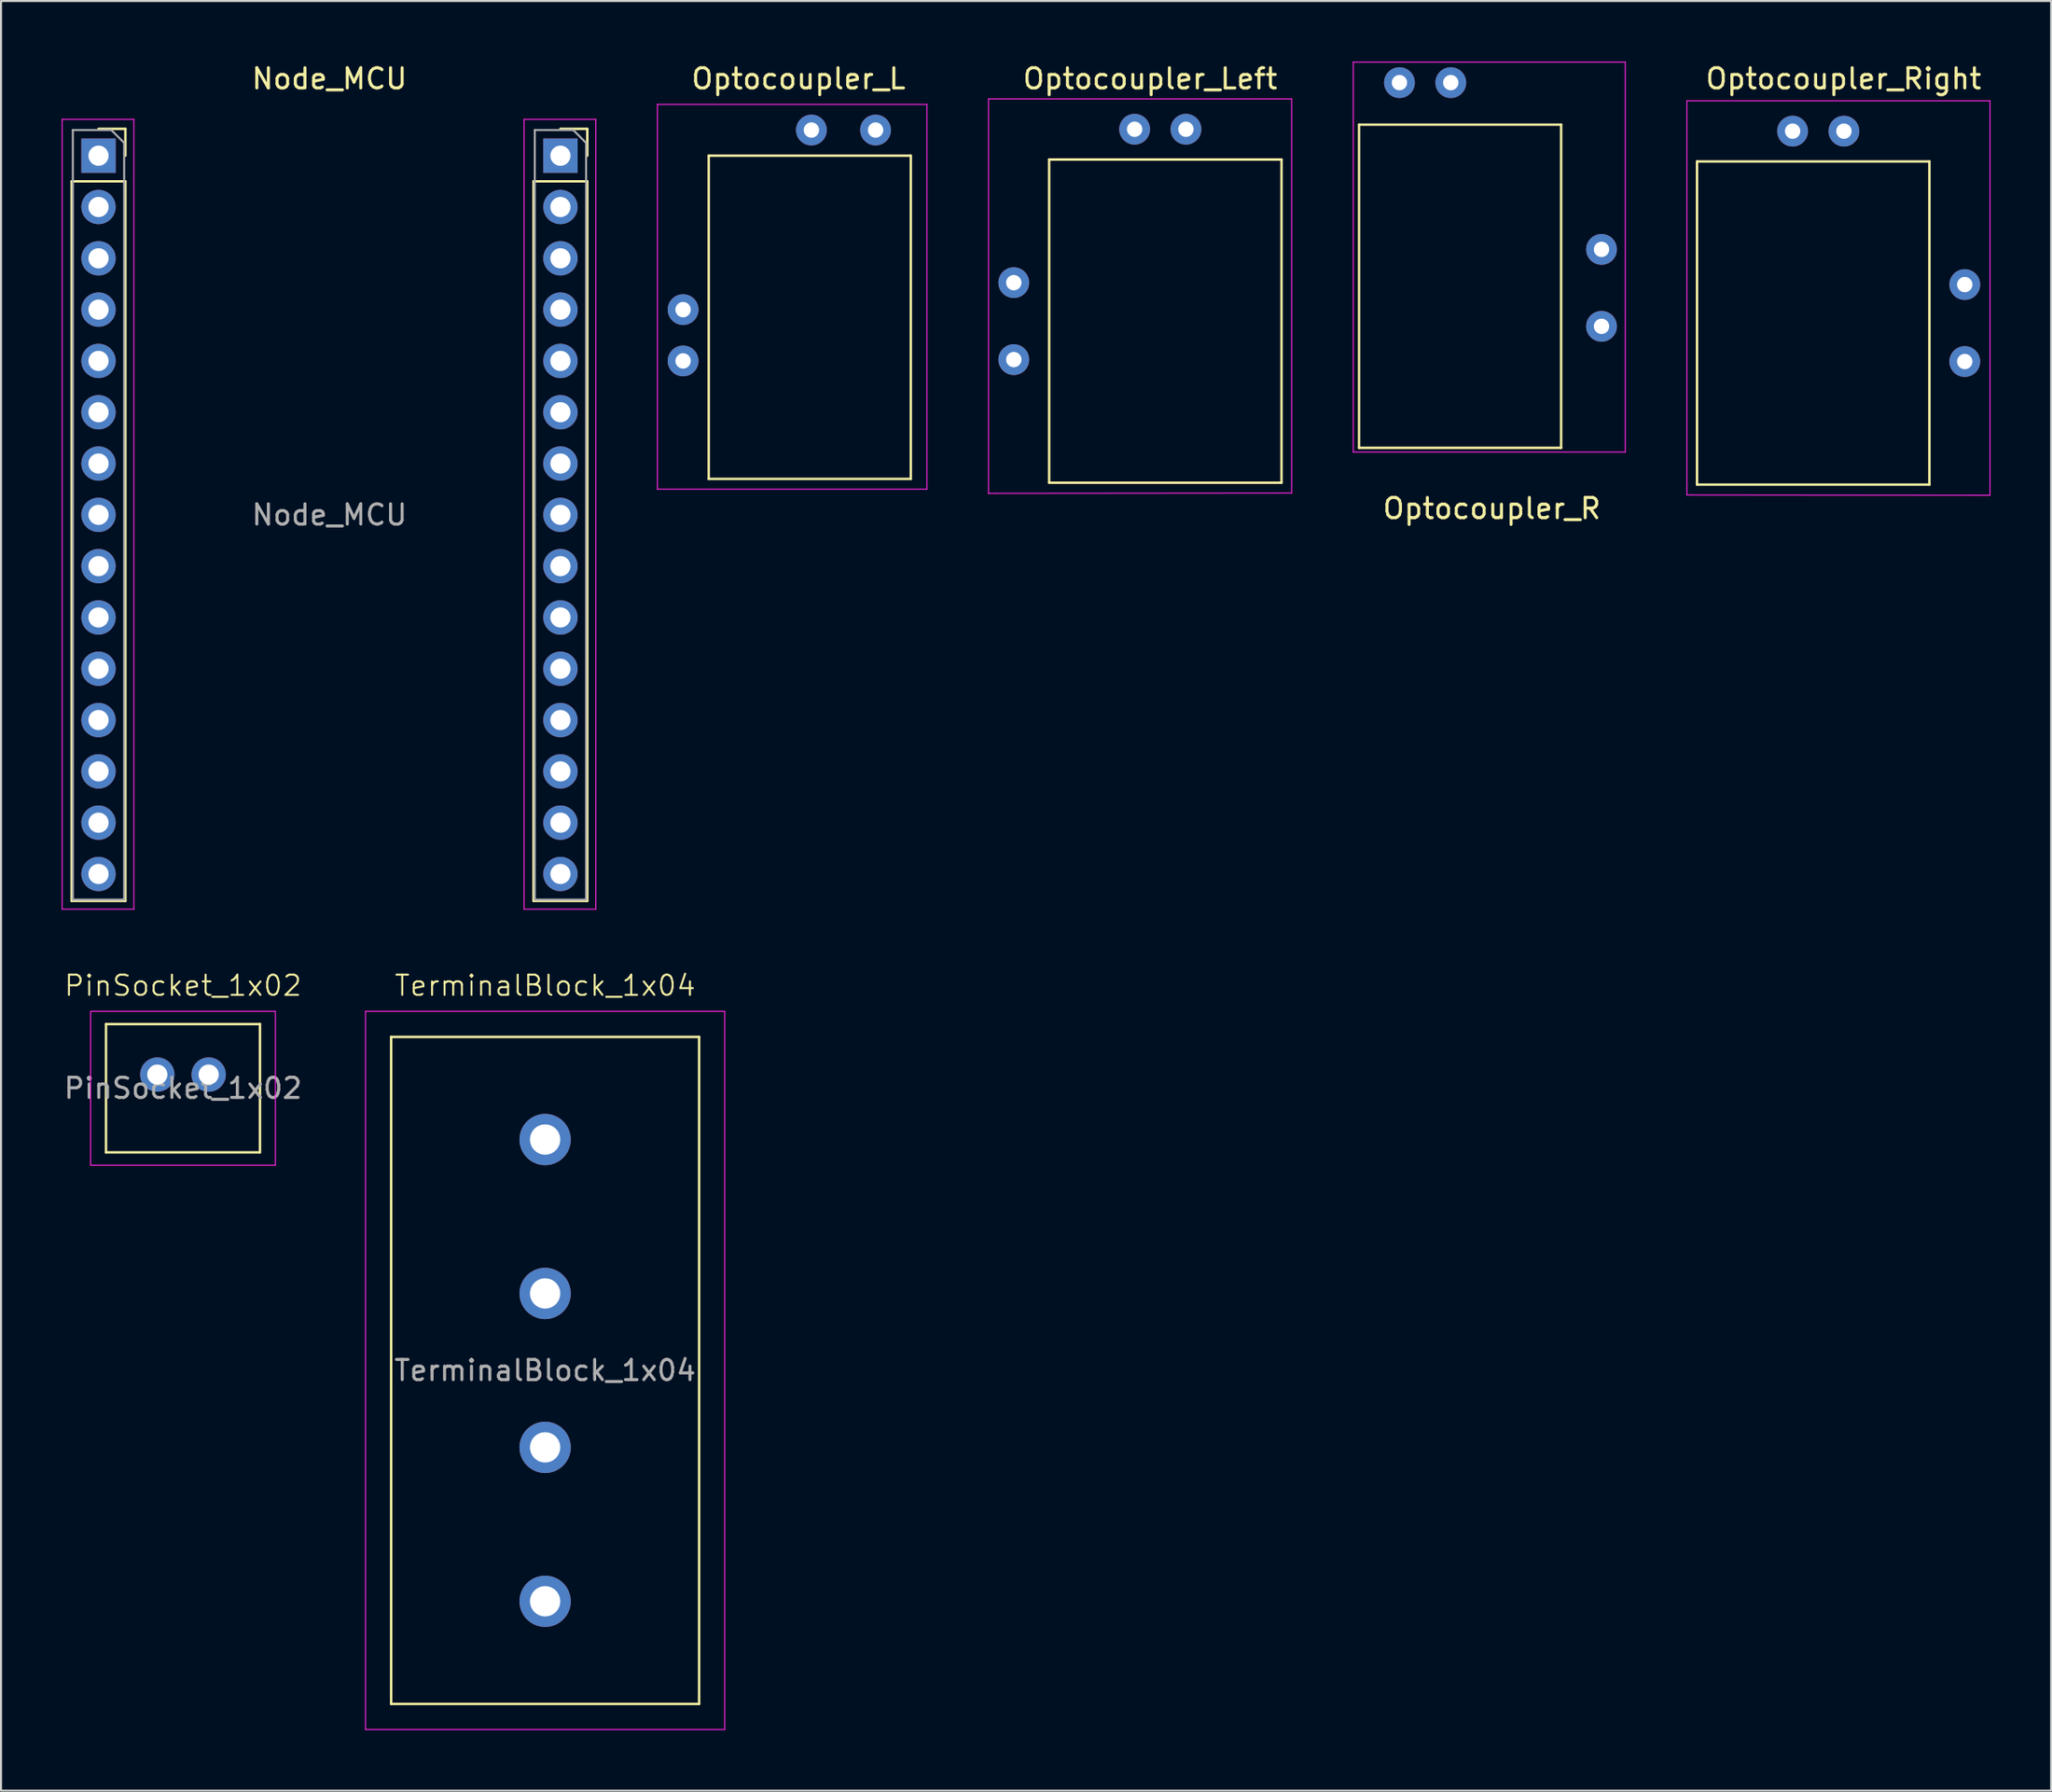
<source format=kicad_pcb>
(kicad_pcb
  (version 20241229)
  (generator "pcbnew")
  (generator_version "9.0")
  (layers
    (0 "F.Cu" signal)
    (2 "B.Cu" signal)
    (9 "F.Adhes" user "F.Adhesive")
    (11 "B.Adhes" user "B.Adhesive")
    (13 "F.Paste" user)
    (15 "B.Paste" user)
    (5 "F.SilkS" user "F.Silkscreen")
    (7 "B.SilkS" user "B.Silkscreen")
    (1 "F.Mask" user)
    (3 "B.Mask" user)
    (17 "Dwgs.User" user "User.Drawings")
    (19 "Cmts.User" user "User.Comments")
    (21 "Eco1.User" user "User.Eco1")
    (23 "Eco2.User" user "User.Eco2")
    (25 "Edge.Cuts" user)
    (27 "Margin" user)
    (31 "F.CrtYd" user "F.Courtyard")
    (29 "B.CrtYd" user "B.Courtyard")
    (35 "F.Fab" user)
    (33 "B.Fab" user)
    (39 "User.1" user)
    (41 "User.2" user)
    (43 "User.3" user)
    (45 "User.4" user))
  (footprint "PinSocket_1x02"
    (layer "F.Cu")
    (at 4.736 50.149)
    (property "Reference" "PinSocket_1x02" (at 1.27 -4.405 0) (unlocked yes) (layer "F.SilkS") (effects (font (size 1 1) (thickness 0.1))))
    (attr through_hole)
    (fp_line (start -2.54 3.85) (end -2.54 -2.5) (stroke (width 0.12) (type solid)) (layer "F.SilkS"))
    (fp_line (start 5.08 -2.5) (end -2.54 -2.5) (stroke (width 0.12) (type solid)) (layer "F.SilkS"))
    (fp_line (start 5.08 -2.5) (end 5.08 3.85) (stroke (width 0.12) (type solid)) (layer "F.SilkS"))
    (fp_line (start 5.08 3.85) (end -2.54 3.85) (stroke (width 0.12) (type solid)) (layer "F.SilkS"))
    (fp_line (start -3.302 -3.135) (end -3.302 4.485) (stroke (width 0.05) (type solid)) (layer "F.CrtYd"))
    (fp_line (start -3.302 -3.135) (end 5.842 -3.135) (stroke (width 0.05) (type solid)) (layer "F.CrtYd"))
    (fp_line (start 5.842 -3.135) (end 5.842 4.485) (stroke (width 0.05) (type solid)) (layer "F.CrtYd"))
    (fp_line (start 5.842 4.485) (end -3.302 4.485) (stroke (width 0.05) (type solid)) (layer "F.CrtYd"))
    (fp_text user "${REFERENCE}" (at 1.27 0.675 0) (unlocked yes) (layer "F.Fab") (effects (font (size 1 1) (thickness 0.15))))
    (pad "1" thru_hole circle (at 0 0) (size 1.7 1.7) (drill 1) (layers "*.Cu" "*.Mask"))
    (pad "2" thru_hole circle (at 2.54 0) (size 1.7 1.7) (drill 1) (layers "*.Cu" "*.Mask")))
  (footprint "Optocoupler_Right"
    (layer "F.Cu")
    (at 94.182 14.848)
    (property "Reference" "Optocoupler_Right" (at -6 -14 0) (layer "F.SilkS") (effects (font (size 1 1) (thickness 0.15))))
    (attr through_hole)
    (fp_line (start -13.25 -9.905) (end -13.25 6.095) (stroke (width 0.12) (type solid)) (layer "F.SilkS"))
    (fp_line (start -13.25 -9.905) (end -1.75 -9.905) (stroke (width 0.12) (type solid)) (layer "F.SilkS"))
    (fp_line (start -13.25 6.095) (end -1.75 6.095) (stroke (width 0.12) (type solid)) (layer "F.SilkS"))
    (fp_line (start -1.75 6.095) (end -1.75 -9.905) (stroke (width 0.12) (type solid)) (layer "F.SilkS"))
    (fp_line (start -13.75 -12.905) (end -13.75 6.605) (stroke (width 0.05) (type solid)) (layer "F.CrtYd"))
    (fp_line (start -13.75 6.605) (end 1.25 6.62) (stroke (width 0.05) (type solid)) (layer "F.CrtYd"))
    (fp_line (start 1.25 -12.905) (end -13.75 -12.905) (stroke (width 0.05) (type solid)) (layer "F.CrtYd"))
    (fp_line (start 1.25 -12.905) (end 1.25 6.62) (stroke (width 0.05) (type solid)) (layer "F.CrtYd"))
    (pad "1" thru_hole circle (at 0 0) (size 1.524 1.524) (drill 0.762) (layers "*.Cu" "*.Mask"))
    (pad "2" thru_hole circle (at 0 -3.81) (size 1.524 1.524) (drill 0.762) (layers "*.Cu" "*.Mask"))
    (pad "3" thru_hole circle (at -5.98 -11.405) (size 1.524 1.524) (drill 0.762) (layers "*.Cu" "*.Mask"))
    (pad "4" thru_hole circle (at -8.52 -11.405) (size 1.524 1.524) (drill 0.762) (layers "*.Cu" "*.Mask")))
  (footprint "Node_MCU"
    (layer "F.Cu")
    (at 1.825 4.658)
    (property "Reference" "Node_MCU" (at 11.43 -3.81 0) (layer "F.SilkS") (effects (font (size 1 1) (thickness 0.15))))
    (attr through_hole)
    (fp_line (start -1.33 1.27) (end -1.33 36.89) (stroke (width 0.12) (type solid)) (layer "F.SilkS"))
    (fp_line (start -1.33 1.27) (end 1.33 1.27) (stroke (width 0.12) (type solid)) (layer "F.SilkS"))
    (fp_line (start -1.33 36.89) (end 1.33 36.89) (stroke (width 0.12) (type solid)) (layer "F.SilkS"))
    (fp_line (start 0 -1.33) (end 1.33 -1.33) (stroke (width 0.12) (type solid)) (layer "F.SilkS"))
    (fp_line (start 1.33 -1.33) (end 1.33 0) (stroke (width 0.12) (type solid)) (layer "F.SilkS"))
    (fp_line (start 1.33 1.27) (end 1.33 36.89) (stroke (width 0.12) (type solid)) (layer "F.SilkS"))
    (fp_line (start 21.53 1.27) (end 21.53 36.89) (stroke (width 0.12) (type solid)) (layer "F.SilkS"))
    (fp_line (start 21.53 1.27) (end 24.19 1.27) (stroke (width 0.12) (type solid)) (layer "F.SilkS"))
    (fp_line (start 21.53 36.89) (end 24.19 36.89) (stroke (width 0.12) (type solid)) (layer "F.SilkS"))
    (fp_line (start 22.86 -1.33) (end 24.19 -1.33) (stroke (width 0.12) (type solid)) (layer "F.SilkS"))
    (fp_line (start 24.19 -1.33) (end 24.19 0) (stroke (width 0.12) (type solid)) (layer "F.SilkS"))
    (fp_line (start 24.19 1.27) (end 24.19 36.89) (stroke (width 0.12) (type solid)) (layer "F.SilkS"))
    (fp_line (start -1.8 -1.8) (end 1.75 -1.8) (stroke (width 0.05) (type solid)) (layer "F.CrtYd"))
    (fp_line (start -1.8 37.3) (end -1.8 -1.8) (stroke (width 0.05) (type solid)) (layer "F.CrtYd"))
    (fp_line (start 1.75 -1.8) (end 1.75 37.3) (stroke (width 0.05) (type solid)) (layer "F.CrtYd"))
    (fp_line (start 1.75 37.3) (end -1.8 37.3) (stroke (width 0.05) (type solid)) (layer "F.CrtYd"))
    (fp_line (start 21.06 -1.8) (end 24.61 -1.8) (stroke (width 0.05) (type solid)) (layer "F.CrtYd"))
    (fp_line (start 21.06 37.3) (end 21.06 -1.8) (stroke (width 0.05) (type solid)) (layer "F.CrtYd"))
    (fp_line (start 24.61 -1.8) (end 24.61 37.3) (stroke (width 0.05) (type solid)) (layer "F.CrtYd"))
    (fp_line (start 24.61 37.3) (end 21.06 37.3) (stroke (width 0.05) (type solid)) (layer "F.CrtYd"))
    (fp_line (start -1.27 -1.27) (end 0.635 -1.27) (stroke (width 0.1) (type solid)) (layer "F.Fab"))
    (fp_line (start -1.27 36.83) (end -1.27 -1.27) (stroke (width 0.1) (type solid)) (layer "F.Fab"))
    (fp_line (start 0.635 -1.27) (end 1.27 -0.635) (stroke (width 0.1) (type solid)) (layer "F.Fab"))
    (fp_line (start 1.27 -0.635) (end 1.27 36.83) (stroke (width 0.1) (type solid)) (layer "F.Fab"))
    (fp_line (start 1.27 36.83) (end -1.27 36.83) (stroke (width 0.1) (type solid)) (layer "F.Fab"))
    (fp_line (start 21.59 -1.27) (end 23.495 -1.27) (stroke (width 0.1) (type solid)) (layer "F.Fab"))
    (fp_line (start 21.59 36.83) (end 21.59 -1.27) (stroke (width 0.1) (type solid)) (layer "F.Fab"))
    (fp_line (start 23.495 -1.27) (end 24.13 -0.635) (stroke (width 0.1) (type solid)) (layer "F.Fab"))
    (fp_line (start 24.13 -0.635) (end 24.13 36.83) (stroke (width 0.1) (type solid)) (layer "F.Fab"))
    (fp_line (start 24.13 36.83) (end 21.59 36.83) (stroke (width 0.1) (type solid)) (layer "F.Fab"))
    (fp_text user "${REFERENCE}" (at 11.43 17.78 180) (layer "F.Fab") (effects (font (size 1 1) (thickness 0.15))))
    (pad "1" thru_hole rect (at 0 0) (size 1.7 1.7) (drill 1) (layers "*.Cu" "*.Mask"))
    (pad "2" thru_hole oval (at 0 2.54) (size 1.7 1.7) (drill 1) (layers "*.Cu" "*.Mask"))
    (pad "3" thru_hole oval (at 0 5.08) (size 1.7 1.7) (drill 1) (layers "*.Cu" "*.Mask"))
    (pad "4" thru_hole oval (at 0 7.62) (size 1.7 1.7) (drill 1) (layers "*.Cu" "*.Mask"))
    (pad "5" thru_hole oval (at 0 10.16) (size 1.7 1.7) (drill 1) (layers "*.Cu" "*.Mask"))
    (pad "6" thru_hole oval (at 0 12.7) (size 1.7 1.7) (drill 1) (layers "*.Cu" "*.Mask"))
    (pad "7" thru_hole oval (at 0 15.24) (size 1.7 1.7) (drill 1) (layers "*.Cu" "*.Mask"))
    (pad "8" thru_hole oval (at 0 17.78) (size 1.7 1.7) (drill 1) (layers "*.Cu" "*.Mask"))
    (pad "9" thru_hole oval (at 0 20.32) (size 1.7 1.7) (drill 1) (layers "*.Cu" "*.Mask"))
    (pad "10" thru_hole oval (at 0 22.86) (size 1.7 1.7) (drill 1) (layers "*.Cu" "*.Mask"))
    (pad "11" thru_hole oval (at 0 25.4) (size 1.7 1.7) (drill 1) (layers "*.Cu" "*.Mask"))
    (pad "12" thru_hole oval (at 0 27.94) (size 1.7 1.7) (drill 1) (layers "*.Cu" "*.Mask"))
    (pad "13" thru_hole oval (at 0 30.48) (size 1.7 1.7) (drill 1) (layers "*.Cu" "*.Mask"))
    (pad "14" thru_hole oval (at 0 33.02) (size 1.7 1.7) (drill 1) (layers "*.Cu" "*.Mask"))
    (pad "15" thru_hole oval (at 0 35.56) (size 1.7 1.7) (drill 1) (layers "*.Cu" "*.Mask"))
    (pad "16" thru_hole oval (at 22.86 35.56) (size 1.7 1.7) (drill 1) (layers "*.Cu" "*.Mask"))
    (pad "17" thru_hole oval (at 22.86 33.02) (size 1.7 1.7) (drill 1) (layers "*.Cu" "*.Mask"))
    (pad "18" thru_hole oval (at 22.86 30.48) (size 1.7 1.7) (drill 1) (layers "*.Cu" "*.Mask"))
    (pad "19" thru_hole oval (at 22.86 27.94) (size 1.7 1.7) (drill 1) (layers "*.Cu" "*.Mask"))
    (pad "20" thru_hole oval (at 22.86 25.4) (size 1.7 1.7) (drill 1) (layers "*.Cu" "*.Mask"))
    (pad "21" thru_hole oval (at 22.86 22.86) (size 1.7 1.7) (drill 1) (layers "*.Cu" "*.Mask"))
    (pad "22" thru_hole oval (at 22.86 20.32) (size 1.7 1.7) (drill 1) (layers "*.Cu" "*.Mask"))
    (pad "23" thru_hole oval (at 22.86 17.78) (size 1.7 1.7) (drill 1) (layers "*.Cu" "*.Mask"))
    (pad "24" thru_hole oval (at 22.86 15.24) (size 1.7 1.7) (drill 1) (layers "*.Cu" "*.Mask"))
    (pad "25" thru_hole oval (at 22.86 12.7) (size 1.7 1.7) (drill 1) (layers "*.Cu" "*.Mask"))
    (pad "26" thru_hole oval (at 22.86 10.16) (size 1.7 1.7) (drill 1) (layers "*.Cu" "*.Mask"))
    (pad "27" thru_hole oval (at 22.86 7.62) (size 1.7 1.7) (drill 1) (layers "*.Cu" "*.Mask"))
    (pad "28" thru_hole oval (at 22.86 5.08) (size 1.7 1.7) (drill 1) (layers "*.Cu" "*.Mask"))
    (pad "29" thru_hole oval (at 22.86 2.54) (size 1.7 1.7) (drill 1) (layers "*.Cu" "*.Mask"))
    (pad "30" thru_hole rect (at 22.86 0) (size 1.7 1.7) (drill 1) (layers "*.Cu" "*.Mask")))
  (footprint "Optocoupler_R"
    (layer "F.Cu")
    (at 66.206 18.821)
    (property "Reference" "Optocoupler_R" (at 4.572 3.302 0) (layer "F.SilkS") (effects (font (size 1 1) (thickness 0.15))))
    (attr through_hole)
    (fp_line (start -2 -15.7) (end -2 0.3) (stroke (width 0.12) (type solid)) (layer "F.SilkS"))
    (fp_line (start -2 -15.7) (end 8 -15.7) (stroke (width 0.12) (type solid)) (layer "F.SilkS"))
    (fp_line (start -2 0.3) (end 8 0.3) (stroke (width 0.12) (type solid)) (layer "F.SilkS"))
    (fp_line (start 8 0.3) (end 8 -15.7) (stroke (width 0.12) (type solid)) (layer "F.SilkS"))
    (fp_line (start -2.286 -18.796) (end -2.286 0.508) (stroke (width 0.05) (type solid)) (layer "F.CrtYd"))
    (fp_line (start -2.286 0.508) (end 11.176 0.508) (stroke (width 0.05) (type solid)) (layer "F.CrtYd"))
    (fp_line (start 11.176 -18.796) (end -2.286 -18.796) (stroke (width 0.05) (type solid)) (layer "F.CrtYd"))
    (fp_line (start 11.176 -18.796) (end 11.176 0.508) (stroke (width 0.05) (type solid)) (layer "F.CrtYd"))
    (pad "1" thru_hole circle (at 10 -5.715) (size 1.524 1.524) (drill 0.762) (layers "*.Cu" "*.Mask"))
    (pad "2" thru_hole circle (at 10 -9.525) (size 1.524 1.524) (drill 0.762) (layers "*.Cu" "*.Mask"))
    (pad "3" thru_hole circle (at 2.54 -17.78) (size 1.524 1.524) (drill 0.762) (layers "*.Cu" "*.Mask"))
    (pad "4" thru_hole circle (at 0 -17.78) (size 1.524 1.524) (drill 0.762) (layers "*.Cu" "*.Mask")))
  (footprint "Optocoupler_L"
    (layer "F.Cu")
    (at 30.755 14.818)
    (property "Reference" "Optocoupler_L" (at 5.715 -13.97 0) (layer "F.SilkS") (effects (font (size 1 1) (thickness 0.15))))
    (attr through_hole)
    (fp_line (start 1.27 5.84) (end 1.27 -10.16) (stroke (width 0.12) (type solid)) (layer "F.SilkS"))
    (fp_line (start 11.27 -10.16) (end 1.27 -10.16) (stroke (width 0.12) (type solid)) (layer "F.SilkS"))
    (fp_line (start 11.27 -10.16) (end 11.27 5.84) (stroke (width 0.12) (type solid)) (layer "F.SilkS"))
    (fp_line (start 11.27 5.84) (end 1.27 5.84) (stroke (width 0.12) (type solid)) (layer "F.SilkS"))
    (fp_line (start -1.27 -12.7) (end -1.27 6.35) (stroke (width 0.05) (type solid)) (layer "F.CrtYd"))
    (fp_line (start -1.27 -12.7) (end 12.065 -12.7) (stroke (width 0.05) (type solid)) (layer "F.CrtYd"))
    (fp_line (start 12.065 -12.7) (end 12.065 6.35) (stroke (width 0.05) (type solid)) (layer "F.CrtYd"))
    (fp_line (start 12.065 6.35) (end -1.27 6.35) (stroke (width 0.05) (type solid)) (layer "F.CrtYd"))
    (pad "1" thru_hole circle (at 0 0) (size 1.524 1.524) (drill 0.762) (layers "*.Cu" "*.Mask"))
    (pad "2" thru_hole circle (at 0 -2.54) (size 1.524 1.524) (drill 0.762) (layers "*.Cu" "*.Mask"))
    (pad "3" thru_hole circle (at 6.35 -11.43) (size 1.524 1.524) (drill 0.762) (layers "*.Cu" "*.Mask"))
    (pad "4" thru_hole circle (at 9.525 -11.43) (size 1.524 1.524) (drill 0.762) (layers "*.Cu" "*.Mask")))
  (footprint "TerminalBlock_1x04"
    (layer "F.Cu")
    (at 23.927 76.224)
    (property "Reference" "TerminalBlock_1x04" (at 0 -30.48 0) (unlocked yes) (layer "F.SilkS") (effects (font (size 1 1) (thickness 0.1))))
    (attr smd)
    (fp_line (start -7.62 5.08) (end -7.62 -27.94) (stroke (width 0.12) (type solid)) (layer "F.SilkS"))
    (fp_line (start 7.62 -27.94) (end -7.62 -27.94) (stroke (width 0.12) (type solid)) (layer "F.SilkS"))
    (fp_line (start 7.62 -27.94) (end 7.62 5.08) (stroke (width 0.12) (type solid)) (layer "F.SilkS"))
    (fp_line (start 7.62 5.08) (end -7.62 5.08) (stroke (width 0.12) (type solid)) (layer "F.SilkS"))
    (fp_line (start -8.89 -29.21) (end -8.89 6.35) (stroke (width 0.05) (type solid)) (layer "F.CrtYd"))
    (fp_line (start -8.89 -29.21) (end 8.89 -29.21) (stroke (width 0.05) (type solid)) (layer "F.CrtYd"))
    (fp_line (start 8.89 -29.21) (end 8.89 6.35) (stroke (width 0.05) (type solid)) (layer "F.CrtYd"))
    (fp_line (start 8.89 6.35) (end -8.89 6.35) (stroke (width 0.05) (type solid)) (layer "F.CrtYd"))
    (fp_text user "${REFERENCE}" (at 0 -11.43 0) (unlocked yes) (layer "F.Fab") (effects (font (size 1 1) (thickness 0.15))))
    (pad "1" thru_hole circle (at 0 0) (size 2.54 2.54) (drill 1.5) (layers "*.Cu" "*.Mask"))
    (pad "2" thru_hole circle (at 0 -7.62) (size 2.54 2.54) (drill 1.5) (layers "*.Cu" "*.Mask"))
    (pad "3" thru_hole circle (at 0 -15.24) (size 2.54 2.54) (drill 1.5) (layers "*.Cu" "*.Mask"))
    (pad "4" thru_hole circle (at 0 -22.86) (size 2.54 2.54) (drill 1.5) (layers "*.Cu" "*.Mask")))
  (footprint "Optocoupler_Left"
    (layer "F.Cu")
    (at 47.12 14.753)
    (property "Reference" "Optocoupler_Left" (at 6.75 -13.905 0) (layer "F.SilkS") (effects (font (size 1 1) (thickness 0.15))))
    (attr through_hole)
    (fp_line (start 1.75 6.095) (end 1.75 -9.905) (stroke (width 0.12) (type solid)) (layer "F.SilkS"))
    (fp_line (start 13.25 -9.905) (end 1.75 -9.905) (stroke (width 0.12) (type solid)) (layer "F.SilkS"))
    (fp_line (start 13.25 -9.905) (end 13.25 6.095) (stroke (width 0.12) (type solid)) (layer "F.SilkS"))
    (fp_line (start 13.25 6.095) (end 1.75 6.095) (stroke (width 0.12) (type solid)) (layer "F.SilkS"))
    (fp_line (start -1.25 -12.905) (end -1.25 6.62) (stroke (width 0.05) (type solid)) (layer "F.CrtYd"))
    (fp_line (start -1.25 -12.905) (end 13.75 -12.905) (stroke (width 0.05) (type solid)) (layer "F.CrtYd"))
    (fp_line (start 13.75 -12.905) (end 13.75 6.605) (stroke (width 0.05) (type solid)) (layer "F.CrtYd"))
    (fp_line (start 13.75 6.605) (end -1.25 6.62) (stroke (width 0.05) (type solid)) (layer "F.CrtYd"))
    (pad "1" thru_hole circle (at 0 0) (size 1.524 1.524) (drill 0.762) (layers "*.Cu" "*.Mask"))
    (pad "2" thru_hole circle (at 0 -3.81) (size 1.524 1.524) (drill 0.762) (layers "*.Cu" "*.Mask"))
    (pad "3" thru_hole circle (at 5.98 -11.405) (size 1.524 1.524) (drill 0.762) (layers "*.Cu" "*.Mask"))
    (pad "4" thru_hole circle (at 8.52 -11.405) (size 1.524 1.524) (drill 0.762) (layers "*.Cu" "*.Mask")))
  (gr_rect
    (start -3 -3)
    (end 98.457 85.599)
    (stroke (width 0.1) (type default))
    (fill no)
    (layer "Edge.Cuts")))
</source>
